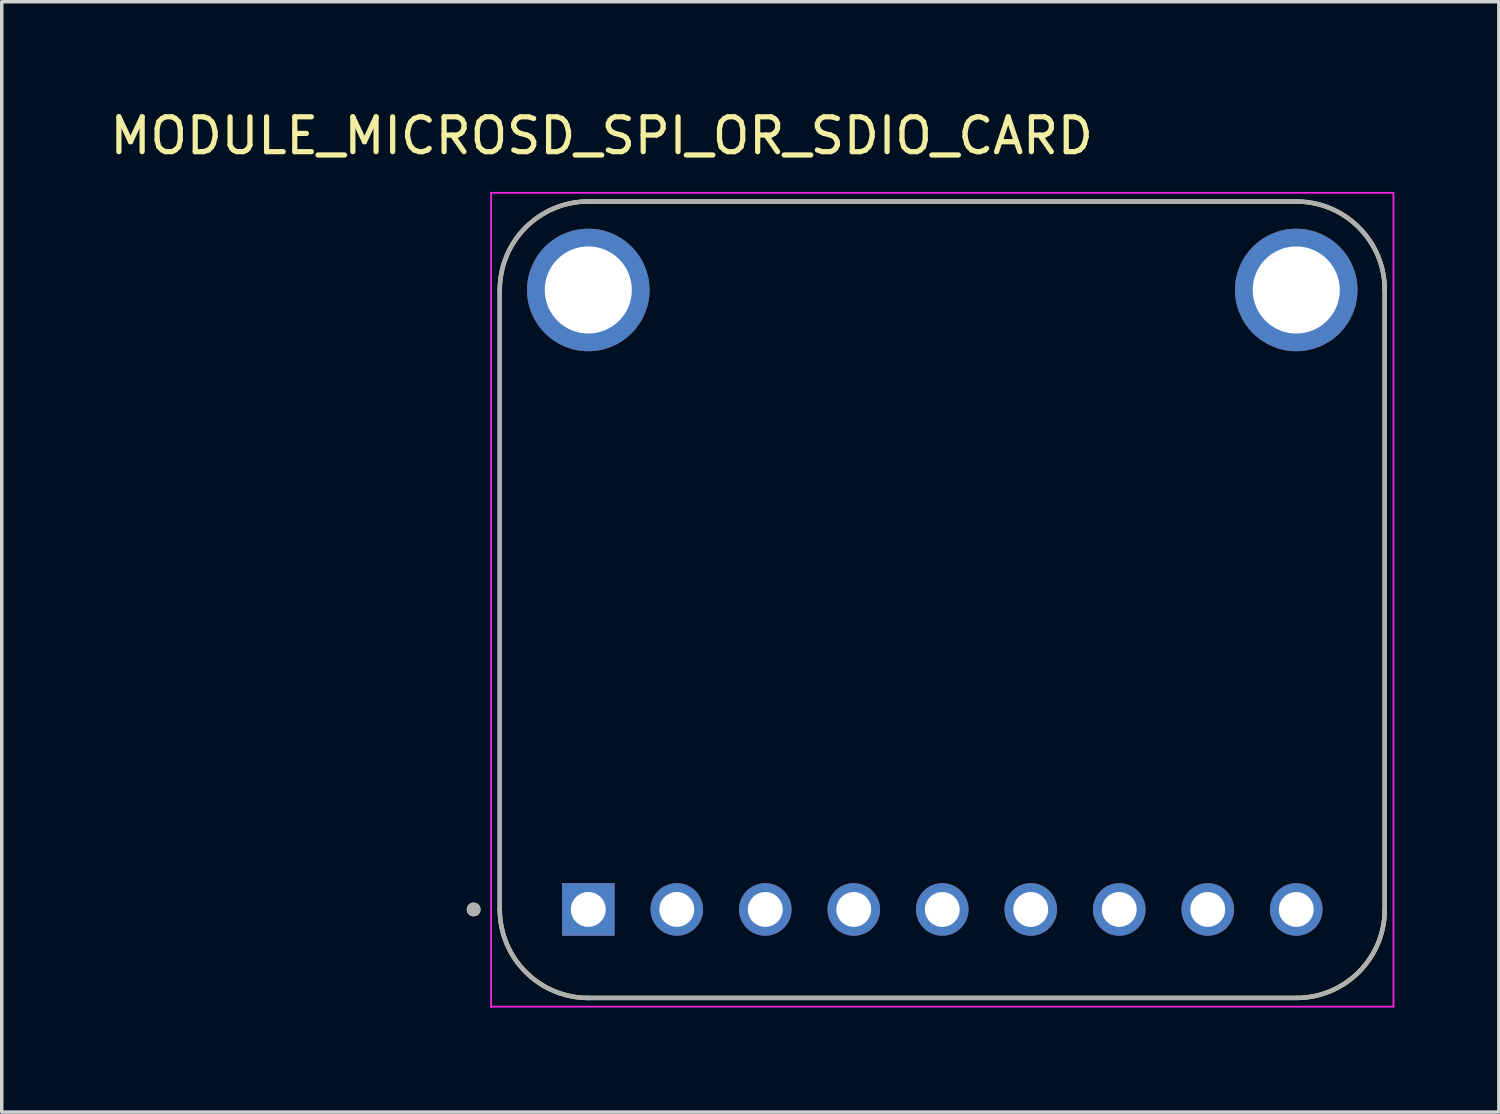
<source format=kicad_pcb>
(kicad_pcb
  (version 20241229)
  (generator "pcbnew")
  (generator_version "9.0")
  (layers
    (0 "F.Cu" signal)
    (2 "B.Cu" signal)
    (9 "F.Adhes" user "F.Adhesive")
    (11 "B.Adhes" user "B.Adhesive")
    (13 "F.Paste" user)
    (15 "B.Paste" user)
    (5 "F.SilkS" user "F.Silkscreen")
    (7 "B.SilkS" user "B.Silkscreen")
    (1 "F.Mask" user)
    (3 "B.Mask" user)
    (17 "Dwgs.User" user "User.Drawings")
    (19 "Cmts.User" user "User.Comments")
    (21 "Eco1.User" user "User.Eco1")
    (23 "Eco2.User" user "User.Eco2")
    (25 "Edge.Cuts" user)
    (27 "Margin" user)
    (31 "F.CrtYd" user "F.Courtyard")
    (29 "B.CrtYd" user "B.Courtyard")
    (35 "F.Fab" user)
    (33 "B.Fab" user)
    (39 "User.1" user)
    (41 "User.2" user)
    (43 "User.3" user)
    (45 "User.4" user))
  (footprint "MODULE_MICROSD_SPI_OR_SDIO_CARD"
    (layer "F.Cu")
    (at 23.995 14.163)
    (property "Reference" "MODULE_MICROSD_SPI_OR_SDIO_CARD" (at -9.775 -13.315 0) (layer "F.SilkS") (effects (font (size 1 1) (thickness 0.15))))
    (attr through_hole)
    (fp_line (start -12.7 8.89) (end -12.7 -8.89) (stroke (width 0.127) (type solid)) (layer "F.SilkS"))
    (fp_line (start -10.16 -11.43) (end 10.16 -11.43) (stroke (width 0.127) (type solid)) (layer "F.SilkS"))
    (fp_line (start 10.16 11.43) (end -10.16 11.43) (stroke (width 0.127) (type solid)) (layer "F.SilkS"))
    (fp_line (start 12.7 -8.89) (end 12.7 8.89) (stroke (width 0.127) (type solid)) (layer "F.SilkS"))
    (fp_arc (start -12.7 -8.89) (mid -11.956051 -10.686051) (end -10.16 -11.43) (stroke (width 0.127) (type solid)) (layer "F.SilkS"))
    (fp_arc (start -10.16 11.43) (mid -11.956051 10.686051) (end -12.7 8.89) (stroke (width 0.127) (type solid)) (layer "F.SilkS"))
    (fp_arc (start 10.16 -11.43) (mid 11.956051 -10.686051) (end 12.7 -8.89) (stroke (width 0.127) (type solid)) (layer "F.SilkS"))
    (fp_arc (start 12.7 8.89) (mid 11.956051 10.686051) (end 10.16 11.43) (stroke (width 0.127) (type solid)) (layer "F.SilkS"))
    (fp_circle (center -13.45 8.89) (end -13.35 8.89) (stroke (width 0.2) (type solid)) (fill no) (layer "F.SilkS"))
    (fp_line (start -12.95 -11.68) (end -12.95 11.68) (stroke (width 0.05) (type solid)) (layer "F.CrtYd"))
    (fp_line (start -12.95 11.68) (end 12.95 11.68) (stroke (width 0.05) (type solid)) (layer "F.CrtYd"))
    (fp_line (start 12.95 -11.68) (end -12.95 -11.68) (stroke (width 0.05) (type solid)) (layer "F.CrtYd"))
    (fp_line (start 12.95 11.68) (end 12.95 -11.68) (stroke (width 0.05) (type solid)) (layer "F.CrtYd"))
    (fp_line (start -12.7 8.89) (end -12.7 -8.89) (stroke (width 0.127) (type solid)) (layer "F.Fab"))
    (fp_line (start -10.16 -11.43) (end 10.16 -11.43) (stroke (width 0.127) (type solid)) (layer "F.Fab"))
    (fp_line (start 10.16 11.43) (end -10.16 11.43) (stroke (width 0.127) (type solid)) (layer "F.Fab"))
    (fp_line (start 12.7 -8.89) (end 12.7 8.89) (stroke (width 0.127) (type solid)) (layer "F.Fab"))
    (fp_arc (start -12.7 -8.89) (mid -11.956051 -10.686051) (end -10.16 -11.43) (stroke (width 0.127) (type solid)) (layer "F.Fab"))
    (fp_arc (start -10.16 11.43) (mid -11.956051 10.686051) (end -12.7 8.89) (stroke (width 0.127) (type solid)) (layer "F.Fab"))
    (fp_arc (start 10.16 -11.43) (mid 11.956051 -10.686051) (end 12.7 -8.89) (stroke (width 0.127) (type solid)) (layer "F.Fab"))
    (fp_arc (start 12.7 8.89) (mid 11.956051 10.686051) (end 10.16 11.43) (stroke (width 0.127) (type solid)) (layer "F.Fab"))
    (fp_circle (center -13.45 8.89) (end -13.35 8.89) (stroke (width 0.2) (type solid)) (fill no) (layer "F.Fab"))
    (pad "1" thru_hole rect (at -10.16 8.89) (size 1.508 1.508) (drill 1) (layers "*.Cu" "*.Mask"))
    (pad "2" thru_hole circle (at -7.62 8.89) (size 1.508 1.508) (drill 1) (layers "*.Cu" "*.Mask"))
    (pad "3" thru_hole circle (at -5.08 8.89) (size 1.508 1.508) (drill 1) (layers "*.Cu" "*.Mask"))
    (pad "4" thru_hole circle (at -2.54 8.89) (size 1.508 1.508) (drill 1) (layers "*.Cu" "*.Mask"))
    (pad "5" thru_hole circle (at 0 8.89) (size 1.508 1.508) (drill 1) (layers "*.Cu" "*.Mask"))
    (pad "6" thru_hole circle (at 2.54 8.89) (size 1.508 1.508) (drill 1) (layers "*.Cu" "*.Mask"))
    (pad "7" thru_hole circle (at 5.08 8.89) (size 1.508 1.508) (drill 1) (layers "*.Cu" "*.Mask"))
    (pad "8" thru_hole circle (at 7.62 8.89) (size 1.508 1.508) (drill 1) (layers "*.Cu" "*.Mask"))
    (pad "9" thru_hole circle (at 10.16 8.89) (size 1.508 1.508) (drill 1) (layers "*.Cu" "*.Mask"))
    (pad "S1" thru_hole circle (at -10.16 -8.89) (size 3.516 3.516) (drill 2.5) (layers "*.Cu" "*.Mask"))
    (pad "S2" thru_hole circle (at 10.16 -8.89) (size 3.516 3.516) (drill 2.5) (layers "*.Cu" "*.Mask")))
  (gr_rect
    (start -3 -3)
    (end 39.97 28.868)
    (stroke (width 0.1) (type default))
    (fill no)
    (layer "Edge.Cuts")))
</source>
